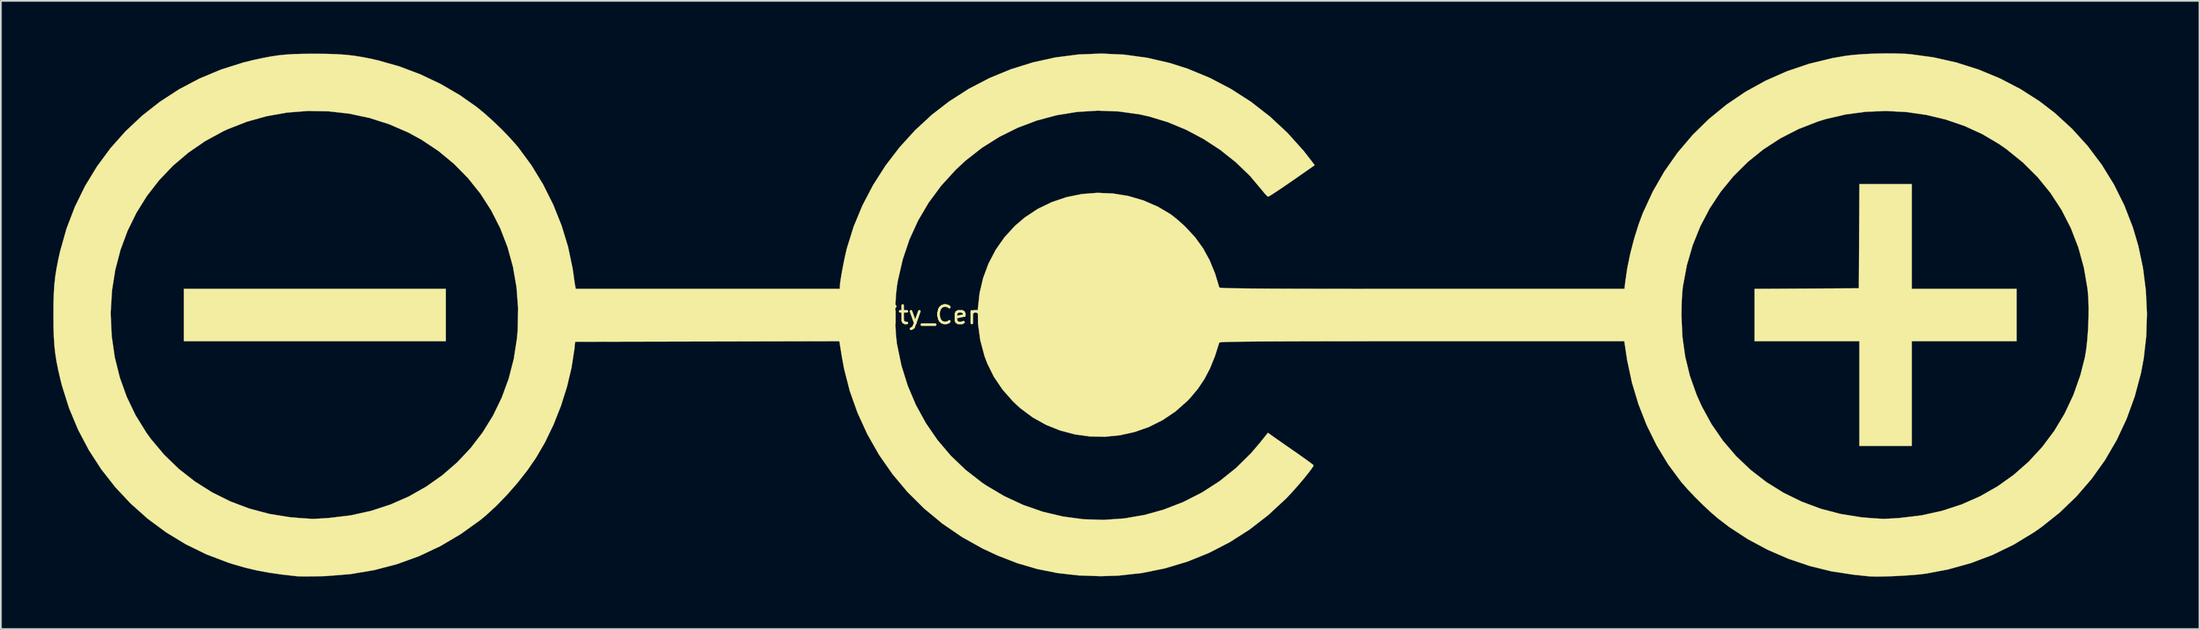
<source format=kicad_pcb>
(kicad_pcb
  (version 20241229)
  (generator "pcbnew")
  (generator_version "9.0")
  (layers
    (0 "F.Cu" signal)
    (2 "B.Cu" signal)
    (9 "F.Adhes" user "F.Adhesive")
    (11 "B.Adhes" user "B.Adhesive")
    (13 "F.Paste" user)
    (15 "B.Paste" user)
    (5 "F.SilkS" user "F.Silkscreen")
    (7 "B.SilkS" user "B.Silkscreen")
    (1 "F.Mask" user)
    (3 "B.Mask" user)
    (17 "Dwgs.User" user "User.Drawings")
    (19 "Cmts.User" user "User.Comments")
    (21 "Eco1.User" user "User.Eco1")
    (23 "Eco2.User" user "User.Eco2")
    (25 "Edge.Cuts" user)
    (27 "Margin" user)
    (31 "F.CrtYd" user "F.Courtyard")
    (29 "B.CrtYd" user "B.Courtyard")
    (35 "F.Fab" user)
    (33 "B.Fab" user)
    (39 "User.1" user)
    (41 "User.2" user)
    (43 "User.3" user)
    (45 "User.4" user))
  (footprint "Polarity_Center_Positive_30mm_SilkScreen"
    (layer "F.Cu")
    (at 59.821 14.971)
    (property "Reference" "Polarity_Center_Positive_30mm_SilkScreen" (at 0 0 0) (layer "F.SilkS") (effects (font (size 1 1) (thickness 0.15))))
    (attr exclude_from_pos_files exclude_from_bom)
    (fp_poly (pts (xy -37.382 1.498) (xy -52.36 1.498) (xy -52.36 -1.498) (xy -37.382 -1.498) (xy -37.382 1.498)) (stroke (width 0.01) (type solid)) (fill yes) (layer "F.SilkS"))
    (fp_poly (pts (xy 46.431 -1.498) (xy 52.423 -1.498) (xy 52.423 1.498) (xy 46.431 1.498) (xy 46.431 7.489) (xy 43.436 7.489) (xy 43.436 1.498) (xy 37.445 1.498) (xy 37.445 -1.497) (xy 40.425 -1.513) (xy 43.405 -1.529) (xy 43.421 -4.509) (xy 43.437 -7.489) (xy 46.431 -7.489) (xy 46.431 -1.498)) (stroke (width 0.01) (type solid)) (fill yes) (layer "F.SilkS"))
    (fp_poly (pts (xy 45.536 -14.962) (xy 46.078 -14.941) (xy 46.342 -14.922) (xy 47.673 -14.74) (xy 48.98 -14.446) (xy 50.25 -14.043) (xy 51.473 -13.536) (xy 52.638 -12.93) (xy 53.734 -12.229) (xy 54.607 -11.559) (xy 55.595 -10.653) (xy 56.491 -9.665) (xy 57.29 -8.602) (xy 57.988 -7.47) (xy 58.582 -6.275) (xy 59.068 -5.023) (xy 59.382 -3.963) (xy 59.649 -2.698) (xy 59.814 -1.399) (xy 59.876 -0.087) (xy 59.836 1.216) (xy 59.691 2.488) (xy 59.532 3.332) (xy 59.176 4.666) (xy 58.712 5.942) (xy 58.145 7.155) (xy 57.476 8.302) (xy 56.709 9.377) (xy 55.847 10.375) (xy 54.894 11.293) (xy 53.852 12.125) (xy 53.413 12.432) (xy 52.262 13.131) (xy 51.061 13.717) (xy 49.807 14.191) (xy 48.497 14.555) (xy 47.225 14.794) (xy 46.905 14.834) (xy 46.51 14.87) (xy 46.066 14.901) (xy 45.6 14.927) (xy 45.139 14.946) (xy 44.708 14.958) (xy 44.335 14.96) (xy 44.045 14.951) (xy 43.935 14.942) (xy 43.78 14.925) (xy 43.539 14.899) (xy 43.251 14.869) (xy 43.061 14.849) (xy 41.828 14.66) (xy 40.593 14.355) (xy 39.374 13.942) (xy 38.19 13.428) (xy 37.056 12.82) (xy 35.993 12.126) (xy 35.354 11.638) (xy 34.947 11.288) (xy 34.501 10.872) (xy 34.05 10.425) (xy 33.627 9.979) (xy 33.267 9.569) (xy 33.225 9.517) (xy 32.496 8.533) (xy 31.847 7.461) (xy 31.282 6.317) (xy 30.809 5.115) (xy 30.433 3.869) (xy 30.161 2.595) (xy 30.109 2.262) (xy 29.996 1.498) (xy 18.429 1.498) (xy 16.967 1.498) (xy 15.625 1.498) (xy 14.4 1.499) (xy 13.285 1.5) (xy 12.278 1.502) (xy 11.372 1.504) (xy 10.565 1.507) (xy 9.85 1.51) (xy 9.224 1.513) (xy 8.683 1.517) (xy 8.221 1.522) (xy 7.834 1.528) (xy 7.518 1.534) (xy 7.268 1.54) (xy 7.08 1.548) (xy 6.949 1.556) (xy 6.87 1.565) (xy 6.839 1.575) (xy 6.839 1.576) (xy 6.587 2.365) (xy 6.309 3.052) (xy 5.991 3.66) (xy 5.623 4.211) (xy 5.191 4.728) (xy 4.996 4.932) (xy 4.324 5.525) (xy 3.592 6.016) (xy 2.812 6.406) (xy 1.993 6.693) (xy 1.149 6.879) (xy 0.29 6.963) (xy -0.573 6.945) (xy -1.428 6.826) (xy -2.263 6.604) (xy -3.068 6.281) (xy -3.83 5.856) (xy -4.539 5.329) (xy -4.95 4.947) (xy -5.556 4.26) (xy -6.046 3.535) (xy -6.429 2.763) (xy -6.584 2.346) (xy -6.825 1.445) (xy -6.951 0.537) (xy -6.958 0.022) (xy 33.263 0.022) (xy 33.316 1.229) (xy 33.477 2.382) (xy 33.749 3.494) (xy 34.135 4.577) (xy 34.418 5.211) (xy 34.981 6.241) (xy 35.639 7.195) (xy 36.386 8.069) (xy 37.216 8.858) (xy 38.121 9.558) (xy 39.095 10.165) (xy 40.132 10.673) (xy 41.224 11.08) (xy 42.366 11.381) (xy 43.551 11.571) (xy 44.247 11.628) (xy 44.472 11.641) (xy 44.669 11.653) (xy 44.746 11.658) (xy 44.865 11.658) (xy 45.08 11.649) (xy 45.362 11.634) (xy 45.684 11.613) (xy 45.756 11.608) (xy 46.981 11.46) (xy 48.156 11.202) (xy 49.277 10.836) (xy 50.339 10.367) (xy 51.335 9.8) (xy 52.262 9.139) (xy 53.113 8.389) (xy 53.885 7.553) (xy 54.571 6.637) (xy 55.167 5.645) (xy 55.668 4.581) (xy 56.068 3.449) (xy 56.326 2.434) (xy 56.405 1.966) (xy 56.467 1.408) (xy 56.512 0.796) (xy 56.536 0.165) (xy 56.54 -0.452) (xy 56.522 -1.018) (xy 56.482 -1.481) (xy 56.273 -2.703) (xy 55.954 -3.868) (xy 55.526 -4.973) (xy 54.993 -6.016) (xy 54.355 -6.992) (xy 53.616 -7.899) (xy 52.776 -8.734) (xy 51.838 -9.492) (xy 51.424 -9.781) (xy 50.47 -10.346) (xy 49.448 -10.814) (xy 48.374 -11.182) (xy 47.258 -11.449) (xy 46.115 -11.613) (xy 44.956 -11.673) (xy 43.795 -11.627) (xy 42.646 -11.474) (xy 41.52 -11.212) (xy 41.064 -11.071) (xy 39.955 -10.639) (xy 38.914 -10.105) (xy 37.945 -9.475) (xy 37.052 -8.754) (xy 36.241 -7.948) (xy 35.516 -7.064) (xy 34.882 -6.107) (xy 34.344 -5.083) (xy 33.906 -3.997) (xy 33.573 -2.856) (xy 33.35 -1.665) (xy 33.329 -1.499) (xy 33.305 -1.243) (xy 33.286 -0.9) (xy 33.271 -0.511) (xy 33.264 -0.113) (xy 33.263 0.022) (xy -6.958 0.022) (xy -6.963 -0.367) (xy -6.865 -1.256) (xy -6.662 -2.119) (xy -6.354 -2.947) (xy -5.946 -3.727) (xy -5.441 -4.449) (xy -4.842 -5.103) (xy -4.287 -5.577) (xy -3.537 -6.072) (xy -2.734 -6.461) (xy -1.889 -6.744) (xy -1.016 -6.921) (xy -0.127 -6.99) (xy 0.766 -6.952) (xy 1.65 -6.806) (xy 2.511 -6.553) (xy 3.339 -6.191) (xy 4.025 -5.785) (xy 4.231 -5.632) (xy 4.486 -5.422) (xy 4.752 -5.186) (xy 4.914 -5.034) (xy 5.454 -4.45) (xy 5.908 -3.824) (xy 6.286 -3.137) (xy 6.6 -2.37) (xy 6.84 -1.576) (xy 6.865 -1.566) (xy 6.938 -1.557) (xy 7.062 -1.549) (xy 7.243 -1.541) (xy 7.486 -1.534) (xy 7.793 -1.528) (xy 8.171 -1.523) (xy 8.623 -1.518) (xy 9.155 -1.514) (xy 9.77 -1.51) (xy 10.473 -1.507) (xy 11.269 -1.504) (xy 12.162 -1.502) (xy 13.157 -1.501) (xy 14.258 -1.499) (xy 15.47 -1.498) (xy 16.797 -1.498) (xy 18.243 -1.498) (xy 18.433 -1.498) (xy 30.006 -1.498) (xy 30.049 -1.888) (xy 30.163 -2.67) (xy 30.336 -3.511) (xy 30.557 -4.363) (xy 30.813 -5.182) (xy 31.054 -5.829) (xy 31.622 -7.059) (xy 32.288 -8.216) (xy 33.048 -9.297) (xy 33.897 -10.296) (xy 34.829 -11.211) (xy 35.84 -12.037) (xy 36.924 -12.771) (xy 38.076 -13.407) (xy 39.291 -13.943) (xy 40.564 -14.374) (xy 41.889 -14.696) (xy 42.647 -14.827) (xy 43.125 -14.883) (xy 43.69 -14.925) (xy 44.305 -14.953) (xy 44.933 -14.966) (xy 45.536 -14.962)) (stroke (width 0.01) (type solid)) (fill yes) (layer "F.SilkS"))
    (fp_poly (pts (xy 1.411 -14.895) (xy 2.717 -14.716) (xy 4.006 -14.418) (xy 5.024 -14.093) (xy 6.294 -13.568) (xy 7.506 -12.933) (xy 8.655 -12.195) (xy 9.734 -11.356) (xy 10.737 -10.421) (xy 11.658 -9.396) (xy 12.127 -8.794) (xy 12.293 -8.571) (xy 11.001 -7.671) (xy 10.645 -7.425) (xy 10.321 -7.205) (xy 10.043 -7.02) (xy 9.826 -6.88) (xy 9.685 -6.794) (xy 9.635 -6.771) (xy 9.563 -6.818) (xy 9.445 -6.94) (xy 9.309 -7.108) (xy 8.6 -7.952) (xy 7.793 -8.732) (xy 6.904 -9.44) (xy 5.947 -10.066) (xy 4.937 -10.601) (xy 3.889 -11.036) (xy 2.818 -11.361) (xy 2.272 -11.481) (xy 1.077 -11.647) (xy -0.114 -11.692) (xy -1.294 -11.619) (xy -2.454 -11.431) (xy -3.585 -11.129) (xy -4.679 -10.717) (xy -5.727 -10.197) (xy -6.722 -9.572) (xy -7.654 -8.844) (xy -8.239 -8.301) (xy -9.061 -7.397) (xy -9.774 -6.434) (xy -10.378 -5.411) (xy -10.873 -4.327) (xy -11.259 -3.183) (xy -11.536 -1.977) (xy -11.585 -1.685) (xy -11.641 -1.204) (xy -11.676 -0.641) (xy -11.688 -0.037) (xy -11.679 0.57) (xy -11.647 1.138) (xy -11.594 1.629) (xy -11.586 1.676) (xy -11.336 2.881) (xy -10.976 4.037) (xy -10.51 5.137) (xy -9.942 6.175) (xy -9.276 7.145) (xy -8.516 8.041) (xy -7.666 8.856) (xy -6.73 9.584) (xy -6.49 9.747) (xy -5.449 10.363) (xy -4.365 10.866) (xy -3.247 11.254) (xy -2.102 11.526) (xy -0.939 11.681) (xy 0.233 11.718) (xy 1.407 11.636) (xy 2.573 11.434) (xy 3.647 11.135) (xy 4.777 10.698) (xy 5.849 10.152) (xy 6.855 9.503) (xy 7.788 8.756) (xy 8.643 7.915) (xy 9.157 7.315) (xy 9.62 6.735) (xy 9.912 6.944) (xy 10.056 7.046) (xy 10.281 7.203) (xy 10.564 7.401) (xy 10.884 7.624) (xy 11.218 7.855) (xy 11.528 8.073) (xy 11.8 8.266) (xy 12.018 8.426) (xy 12.167 8.539) (xy 12.231 8.594) (xy 12.232 8.597) (xy 12.192 8.682) (xy 12.082 8.841) (xy 11.915 9.059) (xy 11.707 9.318) (xy 11.47 9.6) (xy 11.219 9.89) (xy 10.969 10.17) (xy 10.732 10.423) (xy 10.643 10.514) (xy 9.631 11.45) (xy 8.557 12.28) (xy 7.425 13.001) (xy 6.239 13.612) (xy 5.006 14.11) (xy 3.728 14.493) (xy 2.412 14.759) (xy 1.062 14.907) (xy 0.062 14.939) (xy -1.21 14.895) (xy -2.413 14.76) (xy -3.57 14.529) (xy -4.702 14.197) (xy -5.833 13.758) (xy -6.693 13.356) (xy -7.877 12.695) (xy -8.989 11.933) (xy -10.025 11.077) (xy -10.978 10.132) (xy -11.842 9.103) (xy -12.612 7.997) (xy -13.282 6.819) (xy -13.843 5.593) (xy -14.285 4.35) (xy -14.612 3.073) (xy -14.742 2.368) (xy -14.882 1.497) (xy -29.987 1.529) (xy -30.034 1.966) (xy -30.197 3.024) (xy -30.458 4.115) (xy -30.805 5.21) (xy -31.228 6.279) (xy -31.717 7.292) (xy -32.232 8.175) (xy -32.717 8.877) (xy -33.272 9.586) (xy -33.872 10.274) (xy -34.493 10.915) (xy -35.109 11.48) (xy -35.403 11.722) (xy -36.522 12.526) (xy -37.688 13.215) (xy -38.903 13.789) (xy -40.166 14.248) (xy -41.477 14.592) (xy -42.835 14.82) (xy -44.241 14.933) (xy -44.528 14.941) (xy -44.909 14.948) (xy -45.265 14.951) (xy -45.568 14.951) (xy -45.793 14.947) (xy -45.901 14.941) (xy -46.747 14.846) (xy -47.5 14.737) (xy -48.191 14.608) (xy -48.851 14.452) (xy -49.511 14.263) (xy -49.833 14.16) (xy -51.076 13.688) (xy -52.258 13.109) (xy -53.375 12.43) (xy -54.421 11.656) (xy -55.391 10.793) (xy -56.28 9.845) (xy -57.083 8.82) (xy -57.793 7.723) (xy -58.407 6.559) (xy -58.919 5.334) (xy -59.324 4.053) (xy -59.406 3.731) (xy -59.535 3.179) (xy -59.635 2.684) (xy -59.709 2.215) (xy -59.761 1.742) (xy -59.793 1.236) (xy -59.811 0.665) (xy -59.816 0) (xy -59.816 -0.031) (xy -56.542 -0.031) (xy -56.484 1.209) (xy -56.311 2.41) (xy -56.024 3.568) (xy -55.627 4.677) (xy -55.119 5.733) (xy -54.503 6.73) (xy -54.24 7.094) (xy -53.485 7.992) (xy -52.646 8.803) (xy -51.73 9.521) (xy -50.747 10.141) (xy -49.705 10.66) (xy -48.611 11.073) (xy -47.475 11.376) (xy -46.304 11.564) (xy -45.839 11.605) (xy -45.547 11.625) (xy -45.292 11.642) (xy -45.105 11.655) (xy -45.027 11.661) (xy -44.921 11.659) (xy -44.718 11.65) (xy -44.443 11.634) (xy -44.124 11.613) (xy -44.032 11.606) (xy -42.819 11.46) (xy -41.654 11.202) (xy -40.542 10.838) (xy -39.488 10.374) (xy -38.499 9.813) (xy -37.578 9.162) (xy -36.731 8.426) (xy -35.963 7.61) (xy -35.28 6.719) (xy -34.686 5.758) (xy -34.188 4.732) (xy -33.789 3.648) (xy -33.496 2.509) (xy -33.312 1.321) (xy -33.272 0.843) (xy -33.249 -0.393) (xy -33.341 -1.598) (xy -33.544 -2.766) (xy -33.855 -3.891) (xy -34.271 -4.966) (xy -34.788 -5.985) (xy -35.403 -6.942) (xy -36.113 -7.831) (xy -36.913 -8.646) (xy -37.8 -9.38) (xy -38.772 -10.028) (xy -39.537 -10.445) (xy -40.623 -10.916) (xy -41.751 -11.275) (xy -42.911 -11.521) (xy -44.089 -11.654) (xy -45.276 -11.674) (xy -46.459 -11.581) (xy -47.627 -11.374) (xy -48.768 -11.055) (xy -49.872 -10.622) (xy -50.099 -10.516) (xy -51.14 -9.95) (xy -52.1 -9.291) (xy -52.978 -8.545) (xy -53.768 -7.718) (xy -54.468 -6.817) (xy -55.072 -5.848) (xy -55.578 -4.817) (xy -55.982 -3.729) (xy -56.279 -2.592) (xy -56.467 -1.412) (xy -56.54 -0.194) (xy -56.542 -0.031) (xy -59.816 -0.031) (xy -59.811 -0.664) (xy -59.794 -1.234) (xy -59.761 -1.741) (xy -59.71 -2.214) (xy -59.636 -2.684) (xy -59.538 -3.182) (xy -59.433 -3.651) (xy -59.065 -4.951) (xy -58.588 -6.195) (xy -58.007 -7.378) (xy -57.328 -8.495) (xy -56.556 -9.541) (xy -55.695 -10.51) (xy -54.75 -11.399) (xy -53.728 -12.201) (xy -52.633 -12.912) (xy -51.47 -13.526) (xy -50.244 -14.039) (xy -48.961 -14.445) (xy -48.366 -14.592) (xy -47.853 -14.702) (xy -47.399 -14.788) (xy -46.975 -14.852) (xy -46.55 -14.896) (xy -46.096 -14.925) (xy -45.582 -14.94) (xy -44.979 -14.945) (xy -44.84 -14.945) (xy -44.172 -14.939) (xy -43.596 -14.92) (xy -43.083 -14.884) (xy -42.602 -14.829) (xy -42.12 -14.751) (xy -41.607 -14.647) (xy -41.255 -14.567) (xy -40.037 -14.222) (xy -38.837 -13.768) (xy -37.677 -13.217) (xy -36.58 -12.578) (xy -35.625 -11.907) (xy -35.171 -11.535) (xy -34.683 -11.097) (xy -34.192 -10.624) (xy -33.731 -10.148) (xy -33.332 -9.699) (xy -33.233 -9.58) (xy -32.483 -8.56) (xy -31.817 -7.465) (xy -31.241 -6.312) (xy -30.764 -5.119) (xy -30.393 -3.903) (xy -30.136 -2.681) (xy -30.081 -2.309) (xy -30.046 -2.048) (xy -30.012 -1.82) (xy -29.987 -1.665) (xy -29.982 -1.638) (xy -29.953 -1.498) (xy -14.853 -1.498) (xy -14.853 -1.646) (xy -14.84 -1.807) (xy -14.804 -2.062) (xy -14.75 -2.383) (xy -14.684 -2.743) (xy -14.611 -3.113) (xy -14.535 -3.467) (xy -14.462 -3.776) (xy -14.448 -3.831) (xy -14.064 -5.064) (xy -13.564 -6.267) (xy -12.956 -7.43) (xy -12.247 -8.541) (xy -11.444 -9.59) (xy -10.555 -10.567) (xy -9.588 -11.461) (xy -8.609 -12.218) (xy -7.48 -12.941) (xy -6.298 -13.556) (xy -5.072 -14.06) (xy -3.811 -14.454) (xy -2.524 -14.736) (xy -1.218 -14.904) (xy 0.096 -14.957) (xy 1.411 -14.895)) (stroke (width 0.01) (type solid)) (fill yes) (layer "F.SilkS")))
  (gr_rect
    (start -3 -3)
    (end 122.702 32.935)
    (stroke (width 0.1) (type default))
    (fill no)
    (layer "Edge.Cuts")))
</source>
